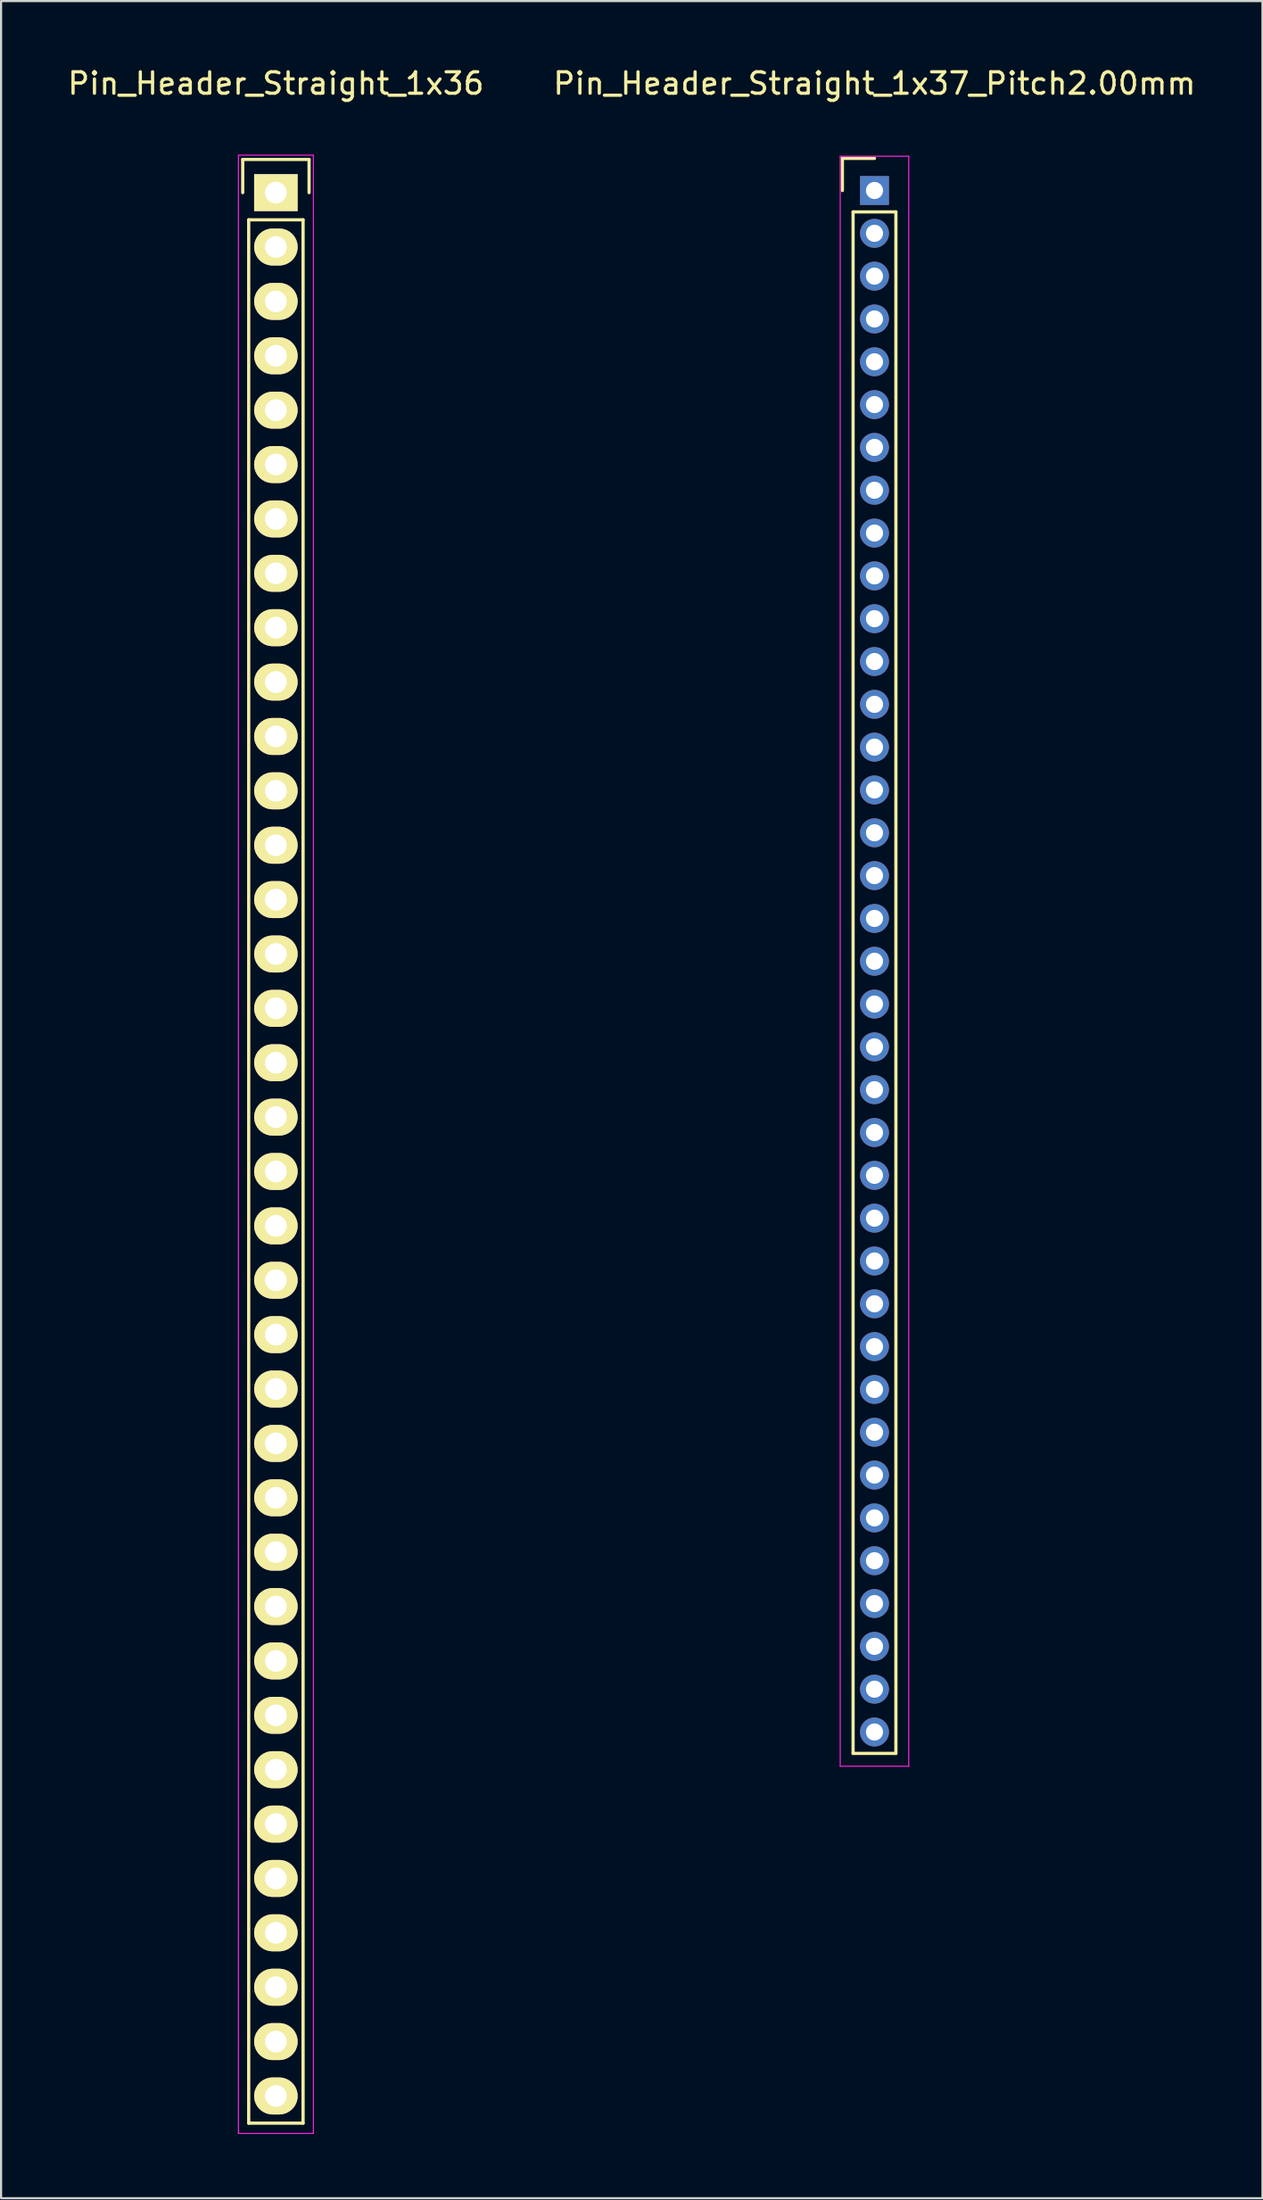
<source format=kicad_pcb>
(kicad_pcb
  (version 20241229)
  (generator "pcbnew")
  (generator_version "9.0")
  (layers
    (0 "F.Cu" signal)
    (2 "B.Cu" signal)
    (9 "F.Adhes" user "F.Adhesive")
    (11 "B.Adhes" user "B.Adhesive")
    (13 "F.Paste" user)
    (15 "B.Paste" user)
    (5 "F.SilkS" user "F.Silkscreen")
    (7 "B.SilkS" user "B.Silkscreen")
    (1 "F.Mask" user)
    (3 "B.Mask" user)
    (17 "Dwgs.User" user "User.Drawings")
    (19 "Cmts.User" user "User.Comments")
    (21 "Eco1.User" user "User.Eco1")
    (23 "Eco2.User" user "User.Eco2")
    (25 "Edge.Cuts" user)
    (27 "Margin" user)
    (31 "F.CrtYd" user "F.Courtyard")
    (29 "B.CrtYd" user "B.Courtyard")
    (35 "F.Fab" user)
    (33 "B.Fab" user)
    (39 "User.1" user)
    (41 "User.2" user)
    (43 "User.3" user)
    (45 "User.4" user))
  (footprint "Pin_Header_Straight_1x36"
    (layer "F.Cu")
    (at 9.839 5.948)
    (property "Reference" "Pin_Header_Straight_1x36" (at 0 -5.1 0) (layer "F.SilkS") (effects (font (size 1 1) (thickness 0.15))))
    (attr through_hole)
    (fp_line (start -1.55 -1.55) (end 1.55 -1.55) (stroke (width 0.15) (type solid)) (layer "F.SilkS"))
    (fp_line (start -1.55 0) (end -1.55 -1.55) (stroke (width 0.15) (type solid)) (layer "F.SilkS"))
    (fp_line (start -1.27 1.27) (end -1.27 90.17) (stroke (width 0.15) (type solid)) (layer "F.SilkS"))
    (fp_line (start -1.27 90.17) (end 1.27 90.17) (stroke (width 0.15) (type solid)) (layer "F.SilkS"))
    (fp_line (start 1.27 1.27) (end -1.27 1.27) (stroke (width 0.15) (type solid)) (layer "F.SilkS"))
    (fp_line (start 1.27 90.17) (end 1.27 1.27) (stroke (width 0.15) (type solid)) (layer "F.SilkS"))
    (fp_line (start 1.55 -1.55) (end 1.55 0) (stroke (width 0.15) (type solid)) (layer "F.SilkS"))
    (fp_line (start -1.75 -1.75) (end -1.75 90.65) (stroke (width 0.05) (type solid)) (layer "F.CrtYd"))
    (fp_line (start -1.75 -1.75) (end 1.75 -1.75) (stroke (width 0.05) (type solid)) (layer "F.CrtYd"))
    (fp_line (start -1.75 90.65) (end 1.75 90.65) (stroke (width 0.05) (type solid)) (layer "F.CrtYd"))
    (fp_line (start 1.75 -1.75) (end 1.75 90.65) (stroke (width 0.05) (type solid)) (layer "F.CrtYd"))
    (pad "1" thru_hole rect (at 0 0) (size 2.032 1.727) (drill 1.016) (layers "*.Cu" "*.Mask" "F.SilkS"))
    (pad "2" thru_hole oval (at 0 2.54) (size 2.032 1.727) (drill 1.016) (layers "*.Cu" "*.Mask" "F.SilkS"))
    (pad "3" thru_hole oval (at 0 5.08) (size 2.032 1.727) (drill 1.016) (layers "*.Cu" "*.Mask" "F.SilkS"))
    (pad "4" thru_hole oval (at 0 7.62) (size 2.032 1.727) (drill 1.016) (layers "*.Cu" "*.Mask" "F.SilkS"))
    (pad "5" thru_hole oval (at 0 10.16) (size 2.032 1.727) (drill 1.016) (layers "*.Cu" "*.Mask" "F.SilkS"))
    (pad "6" thru_hole oval (at 0 12.7) (size 2.032 1.727) (drill 1.016) (layers "*.Cu" "*.Mask" "F.SilkS"))
    (pad "7" thru_hole oval (at 0 15.24) (size 2.032 1.727) (drill 1.016) (layers "*.Cu" "*.Mask" "F.SilkS"))
    (pad "8" thru_hole oval (at 0 17.78) (size 2.032 1.727) (drill 1.016) (layers "*.Cu" "*.Mask" "F.SilkS"))
    (pad "9" thru_hole oval (at 0 20.32) (size 2.032 1.727) (drill 1.016) (layers "*.Cu" "*.Mask" "F.SilkS"))
    (pad "10" thru_hole oval (at 0 22.86) (size 2.032 1.727) (drill 1.016) (layers "*.Cu" "*.Mask" "F.SilkS"))
    (pad "11" thru_hole oval (at 0 25.4) (size 2.032 1.727) (drill 1.016) (layers "*.Cu" "*.Mask" "F.SilkS"))
    (pad "12" thru_hole oval (at 0 27.94) (size 2.032 1.727) (drill 1.016) (layers "*.Cu" "*.Mask" "F.SilkS"))
    (pad "13" thru_hole oval (at 0 30.48) (size 2.032 1.727) (drill 1.016) (layers "*.Cu" "*.Mask" "F.SilkS"))
    (pad "14" thru_hole oval (at 0 33.02) (size 2.032 1.727) (drill 1.016) (layers "*.Cu" "*.Mask" "F.SilkS"))
    (pad "15" thru_hole oval (at 0 35.56) (size 2.032 1.727) (drill 1.016) (layers "*.Cu" "*.Mask" "F.SilkS"))
    (pad "16" thru_hole oval (at 0 38.1) (size 2.032 1.727) (drill 1.016) (layers "*.Cu" "*.Mask" "F.SilkS"))
    (pad "17" thru_hole oval (at 0 40.64) (size 2.032 1.727) (drill 1.016) (layers "*.Cu" "*.Mask" "F.SilkS"))
    (pad "18" thru_hole oval (at 0 43.18) (size 2.032 1.727) (drill 1.016) (layers "*.Cu" "*.Mask" "F.SilkS"))
    (pad "19" thru_hole oval (at 0 45.72) (size 2.032 1.727) (drill 1.016) (layers "*.Cu" "*.Mask" "F.SilkS"))
    (pad "20" thru_hole oval (at 0 48.26) (size 2.032 1.727) (drill 1.016) (layers "*.Cu" "*.Mask" "F.SilkS"))
    (pad "21" thru_hole oval (at 0 50.8) (size 2.032 1.727) (drill 1.016) (layers "*.Cu" "*.Mask" "F.SilkS"))
    (pad "22" thru_hole oval (at 0 53.34) (size 2.032 1.727) (drill 1.016) (layers "*.Cu" "*.Mask" "F.SilkS"))
    (pad "23" thru_hole oval (at 0 55.88) (size 2.032 1.727) (drill 1.016) (layers "*.Cu" "*.Mask" "F.SilkS"))
    (pad "24" thru_hole oval (at 0 58.42) (size 2.032 1.727) (drill 1.016) (layers "*.Cu" "*.Mask" "F.SilkS"))
    (pad "25" thru_hole oval (at 0 60.96) (size 2.032 1.727) (drill 1.016) (layers "*.Cu" "*.Mask" "F.SilkS"))
    (pad "26" thru_hole oval (at 0 63.5) (size 2.032 1.727) (drill 1.016) (layers "*.Cu" "*.Mask" "F.SilkS"))
    (pad "27" thru_hole oval (at 0 66.04) (size 2.032 1.727) (drill 1.016) (layers "*.Cu" "*.Mask" "F.SilkS"))
    (pad "28" thru_hole oval (at 0 68.58) (size 2.032 1.727) (drill 1.016) (layers "*.Cu" "*.Mask" "F.SilkS"))
    (pad "29" thru_hole oval (at 0 71.12) (size 2.032 1.727) (drill 1.016) (layers "*.Cu" "*.Mask" "F.SilkS"))
    (pad "30" thru_hole oval (at 0 73.66) (size 2.032 1.727) (drill 1.016) (layers "*.Cu" "*.Mask" "F.SilkS"))
    (pad "31" thru_hole oval (at 0 76.2) (size 2.032 1.727) (drill 1.016) (layers "*.Cu" "*.Mask" "F.SilkS"))
    (pad "32" thru_hole oval (at 0 78.74) (size 2.032 1.727) (drill 1.016) (layers "*.Cu" "*.Mask" "F.SilkS"))
    (pad "33" thru_hole oval (at 0 81.28) (size 2.032 1.727) (drill 1.016) (layers "*.Cu" "*.Mask" "F.SilkS"))
    (pad "34" thru_hole oval (at 0 83.82) (size 2.032 1.727) (drill 1.016) (layers "*.Cu" "*.Mask" "F.SilkS"))
    (pad "35" thru_hole oval (at 0 86.36) (size 2.032 1.727) (drill 1.016) (layers "*.Cu" "*.Mask" "F.SilkS"))
    (pad "36" thru_hole oval (at 0 88.9) (size 2.032 1.727) (drill 1.016) (layers "*.Cu" "*.Mask" "F.SilkS")))
  (footprint "Pin_Header_Straight_1x37_Pitch2.00mm"
    (layer "F.Cu")
    (at 37.804 5.848)
    (property "Reference" "Pin_Header_Straight_1x37_Pitch2.00mm" (at 0 -5 0) (layer "F.SilkS") (effects (font (size 1 1) (thickness 0.15))))
    (attr through_hole)
    (fp_line (start -1.5 -1.5) (end 0 -1.5) (stroke (width 0.15) (type solid)) (layer "F.SilkS"))
    (fp_line (start -1.5 0) (end -1.5 -1.5) (stroke (width 0.15) (type solid)) (layer "F.SilkS"))
    (fp_line (start -1 1) (end 1 1) (stroke (width 0.15) (type solid)) (layer "F.SilkS"))
    (fp_line (start -1 73) (end -1 1) (stroke (width 0.15) (type solid)) (layer "F.SilkS"))
    (fp_line (start 1 1) (end 1 73) (stroke (width 0.15) (type solid)) (layer "F.SilkS"))
    (fp_line (start 1 73) (end -1 73) (stroke (width 0.15) (type solid)) (layer "F.SilkS"))
    (fp_line (start -1.6 -1.6) (end 1.6 -1.6) (stroke (width 0.05) (type solid)) (layer "F.CrtYd"))
    (fp_line (start -1.6 73.6) (end -1.6 -1.6) (stroke (width 0.05) (type solid)) (layer "F.CrtYd"))
    (fp_line (start 1.6 -1.6) (end 1.6 73.6) (stroke (width 0.05) (type solid)) (layer "F.CrtYd"))
    (fp_line (start 1.6 73.6) (end -1.6 73.6) (stroke (width 0.05) (type solid)) (layer "F.CrtYd"))
    (pad "1" thru_hole rect (at 0 0) (size 1.35 1.35) (drill 0.8) (layers "*.Cu" "*.Mask"))
    (pad "2" thru_hole circle (at 0 2) (size 1.35 1.35) (drill 0.8) (layers "*.Cu" "*.Mask"))
    (pad "3" thru_hole circle (at 0 4) (size 1.35 1.35) (drill 0.8) (layers "*.Cu" "*.Mask"))
    (pad "4" thru_hole circle (at 0 6) (size 1.35 1.35) (drill 0.8) (layers "*.Cu" "*.Mask"))
    (pad "5" thru_hole circle (at 0 8) (size 1.35 1.35) (drill 0.8) (layers "*.Cu" "*.Mask"))
    (pad "6" thru_hole circle (at 0 10) (size 1.35 1.35) (drill 0.8) (layers "*.Cu" "*.Mask"))
    (pad "7" thru_hole circle (at 0 12) (size 1.35 1.35) (drill 0.8) (layers "*.Cu" "*.Mask"))
    (pad "8" thru_hole circle (at 0 14) (size 1.35 1.35) (drill 0.8) (layers "*.Cu" "*.Mask"))
    (pad "9" thru_hole circle (at 0 16) (size 1.35 1.35) (drill 0.8) (layers "*.Cu" "*.Mask"))
    (pad "10" thru_hole circle (at 0 18) (size 1.35 1.35) (drill 0.8) (layers "*.Cu" "*.Mask"))
    (pad "11" thru_hole circle (at 0 20) (size 1.35 1.35) (drill 0.8) (layers "*.Cu" "*.Mask"))
    (pad "12" thru_hole circle (at 0 22) (size 1.35 1.35) (drill 0.8) (layers "*.Cu" "*.Mask"))
    (pad "13" thru_hole circle (at 0 24) (size 1.35 1.35) (drill 0.8) (layers "*.Cu" "*.Mask"))
    (pad "14" thru_hole circle (at 0 26) (size 1.35 1.35) (drill 0.8) (layers "*.Cu" "*.Mask"))
    (pad "15" thru_hole circle (at 0 28) (size 1.35 1.35) (drill 0.8) (layers "*.Cu" "*.Mask"))
    (pad "16" thru_hole circle (at 0 30) (size 1.35 1.35) (drill 0.8) (layers "*.Cu" "*.Mask"))
    (pad "17" thru_hole circle (at 0 32) (size 1.35 1.35) (drill 0.8) (layers "*.Cu" "*.Mask"))
    (pad "18" thru_hole circle (at 0 34) (size 1.35 1.35) (drill 0.8) (layers "*.Cu" "*.Mask"))
    (pad "19" thru_hole circle (at 0 36) (size 1.35 1.35) (drill 0.8) (layers "*.Cu" "*.Mask"))
    (pad "20" thru_hole circle (at 0 38) (size 1.35 1.35) (drill 0.8) (layers "*.Cu" "*.Mask"))
    (pad "21" thru_hole circle (at 0 40) (size 1.35 1.35) (drill 0.8) (layers "*.Cu" "*.Mask"))
    (pad "22" thru_hole circle (at 0 42) (size 1.35 1.35) (drill 0.8) (layers "*.Cu" "*.Mask"))
    (pad "23" thru_hole circle (at 0 44) (size 1.35 1.35) (drill 0.8) (layers "*.Cu" "*.Mask"))
    (pad "24" thru_hole circle (at 0 46) (size 1.35 1.35) (drill 0.8) (layers "*.Cu" "*.Mask"))
    (pad "25" thru_hole circle (at 0 48) (size 1.35 1.35) (drill 0.8) (layers "*.Cu" "*.Mask"))
    (pad "26" thru_hole circle (at 0 50) (size 1.35 1.35) (drill 0.8) (layers "*.Cu" "*.Mask"))
    (pad "27" thru_hole circle (at 0 52) (size 1.35 1.35) (drill 0.8) (layers "*.Cu" "*.Mask"))
    (pad "28" thru_hole circle (at 0 54) (size 1.35 1.35) (drill 0.8) (layers "*.Cu" "*.Mask"))
    (pad "29" thru_hole circle (at 0 56) (size 1.35 1.35) (drill 0.8) (layers "*.Cu" "*.Mask"))
    (pad "30" thru_hole circle (at 0 58) (size 1.35 1.35) (drill 0.8) (layers "*.Cu" "*.Mask"))
    (pad "31" thru_hole circle (at 0 60) (size 1.35 1.35) (drill 0.8) (layers "*.Cu" "*.Mask"))
    (pad "32" thru_hole circle (at 0 62) (size 1.35 1.35) (drill 0.8) (layers "*.Cu" "*.Mask"))
    (pad "33" thru_hole circle (at 0 64) (size 1.35 1.35) (drill 0.8) (layers "*.Cu" "*.Mask"))
    (pad "34" thru_hole circle (at 0 66) (size 1.35 1.35) (drill 0.8) (layers "*.Cu" "*.Mask"))
    (pad "35" thru_hole circle (at 0 68) (size 1.35 1.35) (drill 0.8) (layers "*.Cu" "*.Mask"))
    (pad "36" thru_hole circle (at 0 70) (size 1.35 1.35) (drill 0.8) (layers "*.Cu" "*.Mask"))
    (pad "37" thru_hole circle (at 0 72) (size 1.35 1.35) (drill 0.8) (layers "*.Cu" "*.Mask")))
  (gr_rect
    (start -3 -3)
    (end 55.929 99.623)
    (stroke (width 0.1) (type default))
    (fill no)
    (layer "Edge.Cuts")))
</source>
